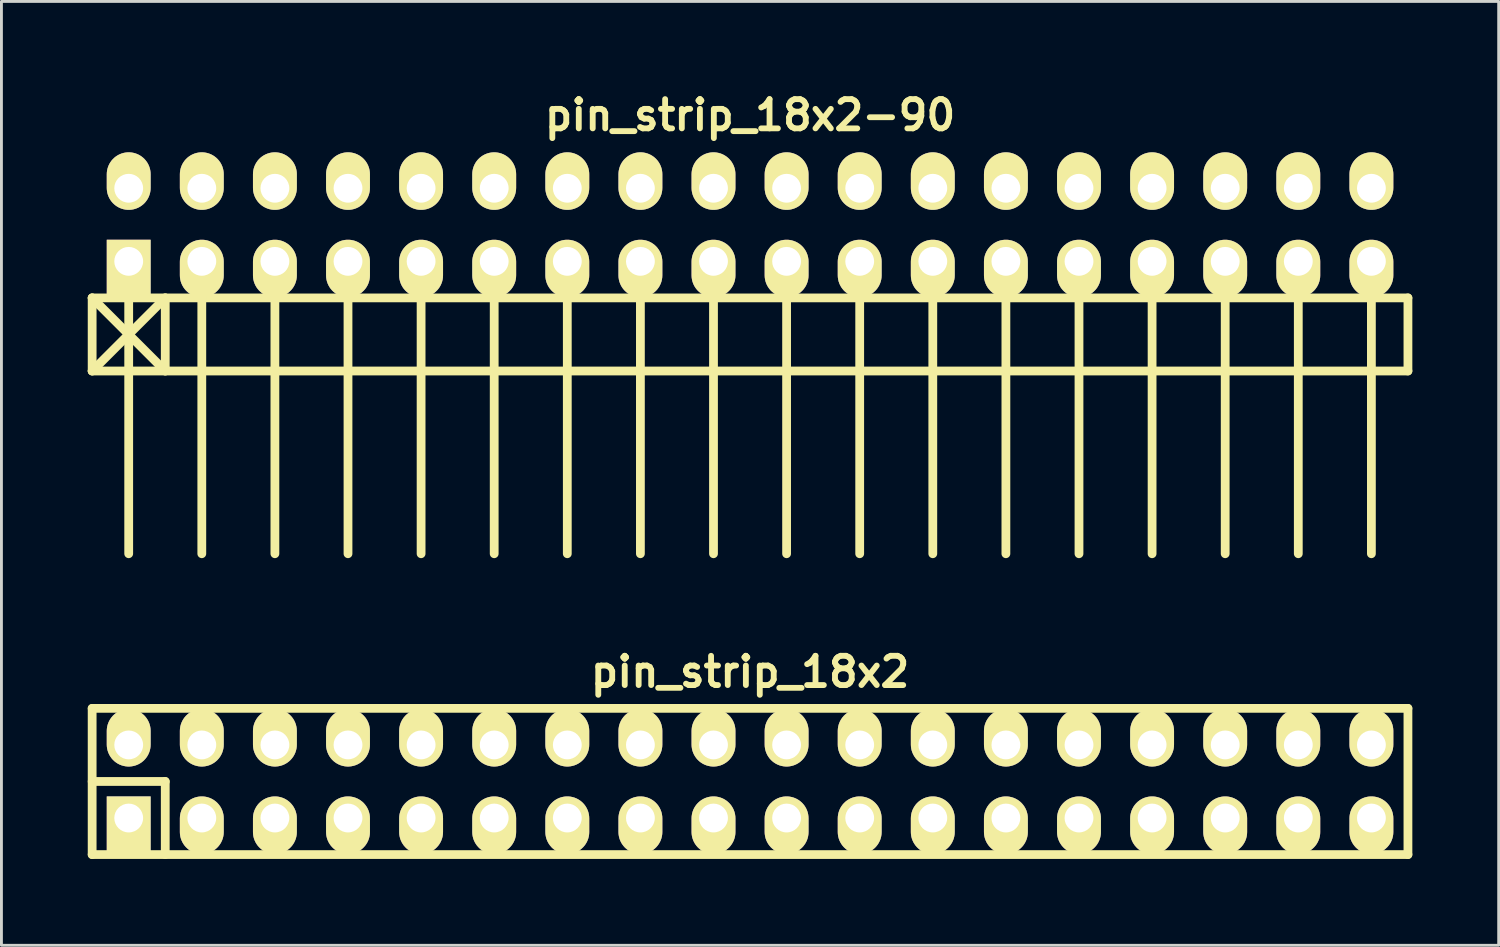
<source format=kicad_pcb>
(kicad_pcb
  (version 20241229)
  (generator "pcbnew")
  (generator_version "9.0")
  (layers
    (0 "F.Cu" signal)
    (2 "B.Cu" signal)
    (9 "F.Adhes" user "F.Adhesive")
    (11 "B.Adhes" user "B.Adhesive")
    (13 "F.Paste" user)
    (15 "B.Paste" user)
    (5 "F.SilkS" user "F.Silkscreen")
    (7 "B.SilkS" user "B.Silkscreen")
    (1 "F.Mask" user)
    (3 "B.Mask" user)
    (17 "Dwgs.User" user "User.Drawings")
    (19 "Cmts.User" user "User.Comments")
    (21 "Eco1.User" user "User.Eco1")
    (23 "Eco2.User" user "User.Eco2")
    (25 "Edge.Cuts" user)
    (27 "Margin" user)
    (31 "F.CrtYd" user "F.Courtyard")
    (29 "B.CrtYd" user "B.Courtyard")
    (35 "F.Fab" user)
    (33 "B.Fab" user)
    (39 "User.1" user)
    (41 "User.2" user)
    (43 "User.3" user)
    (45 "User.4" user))
  (footprint "pin_strip_18x2"
    (layer "F.Cu")
    (at 23.012 24.104)
    (property "Reference" "pin_strip_18x2" (at 0 -3.81 0) (layer "F.SilkS") (effects (font (size 1.016 1.016) (thickness 0.203))))
    (attr through_hole)
    (fp_line (start -22.86 -2.54) (end -22.86 2.54) (stroke (width 0.305) (type solid)) (layer "F.SilkS"))
    (fp_line (start -22.86 0) (end -20.32 0) (stroke (width 0.305) (type solid)) (layer "F.SilkS"))
    (fp_line (start -22.86 2.54) (end 22.86 2.54) (stroke (width 0.305) (type solid)) (layer "F.SilkS"))
    (fp_line (start -20.32 0) (end -20.32 2.54) (stroke (width 0.305) (type solid)) (layer "F.SilkS"))
    (fp_line (start 22.86 -2.54) (end -22.86 -2.54) (stroke (width 0.305) (type solid)) (layer "F.SilkS"))
    (fp_line (start 22.86 2.54) (end 22.86 -2.54) (stroke (width 0.305) (type solid)) (layer "F.SilkS"))
    (pad "1" thru_hole rect (at -21.59 1.27) (size 1.524 1.999) (drill 1.001 (offset 0 0.249)) (layers "*.Cu" "*.Mask" "F.SilkS"))
    (pad "2" thru_hole oval (at -21.59 -1.27) (size 1.524 1.999) (drill 1.001 (offset 0 -0.249)) (layers "*.Cu" "*.Mask" "F.SilkS"))
    (pad "3" thru_hole oval (at -19.05 1.27) (size 1.524 1.999) (drill 1.001 (offset 0 0.249)) (layers "*.Cu" "*.Mask" "F.SilkS"))
    (pad "4" thru_hole oval (at -19.05 -1.27) (size 1.524 1.999) (drill 1.001 (offset 0 -0.249)) (layers "*.Cu" "*.Mask" "F.SilkS"))
    (pad "5" thru_hole oval (at -16.51 1.27) (size 1.524 1.999) (drill 1.001 (offset 0 0.249)) (layers "*.Cu" "*.Mask" "F.SilkS"))
    (pad "6" thru_hole oval (at -16.51 -1.27) (size 1.524 1.999) (drill 1.001 (offset 0 -0.249)) (layers "*.Cu" "*.Mask" "F.SilkS"))
    (pad "7" thru_hole oval (at -13.97 1.27) (size 1.524 1.999) (drill 1.001 (offset 0 0.249)) (layers "*.Cu" "*.Mask" "F.SilkS"))
    (pad "8" thru_hole oval (at -13.97 -1.27) (size 1.524 1.999) (drill 1.001 (offset 0 -0.249)) (layers "*.Cu" "*.Mask" "F.SilkS"))
    (pad "9" thru_hole oval (at -11.43 1.27) (size 1.524 1.999) (drill 1.001 (offset 0 0.249)) (layers "*.Cu" "*.Mask" "F.SilkS"))
    (pad "10" thru_hole oval (at -11.43 -1.27) (size 1.524 1.999) (drill 1.001 (offset 0 -0.249)) (layers "*.Cu" "*.Mask" "F.SilkS"))
    (pad "11" thru_hole oval (at -8.89 1.27) (size 1.524 1.999) (drill 1.001 (offset 0 0.249)) (layers "*.Cu" "*.Mask" "F.SilkS"))
    (pad "12" thru_hole oval (at -8.89 -1.27) (size 1.524 1.999) (drill 1.001 (offset 0 -0.249)) (layers "*.Cu" "*.Mask" "F.SilkS"))
    (pad "13" thru_hole oval (at -6.35 1.27) (size 1.524 1.999) (drill 1.001 (offset 0 0.249)) (layers "*.Cu" "*.Mask" "F.SilkS"))
    (pad "14" thru_hole oval (at -6.35 -1.27) (size 1.524 1.999) (drill 1.001 (offset 0 -0.249)) (layers "*.Cu" "*.Mask" "F.SilkS"))
    (pad "15" thru_hole oval (at -3.81 1.27) (size 1.524 1.999) (drill 1.001 (offset 0 0.249)) (layers "*.Cu" "*.Mask" "F.SilkS"))
    (pad "16" thru_hole oval (at -3.81 -1.27) (size 1.524 1.999) (drill 1.001 (offset 0 -0.249)) (layers "*.Cu" "*.Mask" "F.SilkS"))
    (pad "17" thru_hole oval (at -1.27 1.27) (size 1.524 1.999) (drill 1.001 (offset 0 0.249)) (layers "*.Cu" "*.Mask" "F.SilkS"))
    (pad "18" thru_hole oval (at -1.27 -1.27) (size 1.524 1.999) (drill 1.001 (offset 0 -0.249)) (layers "*.Cu" "*.Mask" "F.SilkS"))
    (pad "19" thru_hole oval (at 1.27 1.27) (size 1.524 1.999) (drill 1.001 (offset 0 0.249)) (layers "*.Cu" "*.Mask" "F.SilkS"))
    (pad "20" thru_hole oval (at 1.27 -1.27) (size 1.524 1.999) (drill 1.001 (offset 0 -0.249)) (layers "*.Cu" "*.Mask" "F.SilkS"))
    (pad "21" thru_hole oval (at 3.81 1.27) (size 1.524 1.999) (drill 1.001 (offset 0 0.249)) (layers "*.Cu" "*.Mask" "F.SilkS"))
    (pad "22" thru_hole oval (at 3.81 -1.27) (size 1.524 1.999) (drill 1.001 (offset 0 -0.249)) (layers "*.Cu" "*.Mask" "F.SilkS"))
    (pad "23" thru_hole oval (at 6.35 1.27) (size 1.524 1.999) (drill 1.001 (offset 0 0.249)) (layers "*.Cu" "*.Mask" "F.SilkS"))
    (pad "24" thru_hole oval (at 6.35 -1.27) (size 1.524 1.999) (drill 1.001 (offset 0 -0.249)) (layers "*.Cu" "*.Mask" "F.SilkS"))
    (pad "25" thru_hole oval (at 8.89 1.27) (size 1.524 1.999) (drill 1.001 (offset 0 0.249)) (layers "*.Cu" "*.Mask" "F.SilkS"))
    (pad "26" thru_hole oval (at 8.89 -1.27) (size 1.524 1.999) (drill 1.001 (offset 0 -0.249)) (layers "*.Cu" "*.Mask" "F.SilkS"))
    (pad "27" thru_hole oval (at 11.43 1.27) (size 1.524 1.999) (drill 1.001 (offset 0 0.249)) (layers "*.Cu" "*.Mask" "F.SilkS"))
    (pad "28" thru_hole oval (at 11.43 -1.27) (size 1.524 1.999) (drill 1.001 (offset 0 -0.249)) (layers "*.Cu" "*.Mask" "F.SilkS"))
    (pad "29" thru_hole oval (at 13.97 1.27) (size 1.524 1.999) (drill 1.001 (offset 0 0.249)) (layers "*.Cu" "*.Mask" "F.SilkS"))
    (pad "30" thru_hole oval (at 13.97 -1.27) (size 1.524 1.999) (drill 1.001 (offset 0 -0.249)) (layers "*.Cu" "*.Mask" "F.SilkS"))
    (pad "31" thru_hole oval (at 16.51 1.27) (size 1.524 1.999) (drill 1.001 (offset 0 0.249)) (layers "*.Cu" "*.Mask" "F.SilkS"))
    (pad "32" thru_hole oval (at 16.51 -1.27) (size 1.524 1.999) (drill 1.001 (offset 0 -0.249)) (layers "*.Cu" "*.Mask" "F.SilkS"))
    (pad "33" thru_hole oval (at 19.05 1.27) (size 1.524 1.999) (drill 1.001 (offset 0 0.249)) (layers "*.Cu" "*.Mask" "F.SilkS"))
    (pad "34" thru_hole oval (at 19.05 -1.27) (size 1.524 1.999) (drill 1.001 (offset 0 -0.249)) (layers "*.Cu" "*.Mask" "F.SilkS"))
    (pad "35" thru_hole oval (at 21.59 1.27) (size 1.524 1.999) (drill 1.001 (offset 0 0.249)) (layers "*.Cu" "*.Mask" "F.SilkS"))
    (pad "36" thru_hole oval (at 21.59 -1.27) (size 1.524 1.999) (drill 1.001 (offset 0 -0.249)) (layers "*.Cu" "*.Mask" "F.SilkS")))
  (footprint "pin_strip_18x2-90"
    (layer "F.Cu")
    (at 23.012 4.761)
    (property "Reference" "pin_strip_18x2-90" (at 0 -3.81 0) (layer "F.SilkS") (effects (font (size 1.016 1.016) (thickness 0.203))))
    (attr through_hole)
    (fp_line (start -22.86 2.54) (end -20.32 5.08) (stroke (width 0.305) (type solid)) (layer "F.SilkS"))
    (fp_line (start -22.86 2.54) (end 22.86 2.54) (stroke (width 0.305) (type solid)) (layer "F.SilkS"))
    (fp_line (start -22.86 5.08) (end -22.86 2.54) (stroke (width 0.305) (type solid)) (layer "F.SilkS"))
    (fp_line (start -21.59 1.27) (end -21.59 11.43) (stroke (width 0.305) (type solid)) (layer "F.SilkS"))
    (fp_line (start -20.32 2.54) (end -22.86 5.08) (stroke (width 0.305) (type solid)) (layer "F.SilkS"))
    (fp_line (start -20.32 5.08) (end -20.32 2.54) (stroke (width 0.305) (type solid)) (layer "F.SilkS"))
    (fp_line (start -19.05 1.27) (end -19.05 11.43) (stroke (width 0.305) (type solid)) (layer "F.SilkS"))
    (fp_line (start -16.51 11.43) (end -16.51 1.27) (stroke (width 0.305) (type solid)) (layer "F.SilkS"))
    (fp_line (start -13.97 1.27) (end -13.97 11.43) (stroke (width 0.305) (type solid)) (layer "F.SilkS"))
    (fp_line (start -11.43 1.27) (end -11.43 11.43) (stroke (width 0.305) (type solid)) (layer "F.SilkS"))
    (fp_line (start -8.89 1.27) (end -8.89 11.43) (stroke (width 0.305) (type solid)) (layer "F.SilkS"))
    (fp_line (start -6.35 1.27) (end -6.35 11.43) (stroke (width 0.305) (type solid)) (layer "F.SilkS"))
    (fp_line (start -3.81 1.27) (end -3.81 11.43) (stroke (width 0.305) (type solid)) (layer "F.SilkS"))
    (fp_line (start -1.27 1.27) (end -1.27 11.43) (stroke (width 0.305) (type solid)) (layer "F.SilkS"))
    (fp_line (start 1.27 1.27) (end 1.27 11.43) (stroke (width 0.305) (type solid)) (layer "F.SilkS"))
    (fp_line (start 3.81 1.27) (end 3.81 11.43) (stroke (width 0.305) (type solid)) (layer "F.SilkS"))
    (fp_line (start 6.35 1.27) (end 6.35 11.43) (stroke (width 0.305) (type solid)) (layer "F.SilkS"))
    (fp_line (start 8.89 11.43) (end 8.89 1.27) (stroke (width 0.305) (type solid)) (layer "F.SilkS"))
    (fp_line (start 11.43 1.27) (end 11.43 11.43) (stroke (width 0.305) (type solid)) (layer "F.SilkS"))
    (fp_line (start 13.97 1.27) (end 13.97 11.43) (stroke (width 0.305) (type solid)) (layer "F.SilkS"))
    (fp_line (start 16.51 1.27) (end 16.51 11.43) (stroke (width 0.305) (type solid)) (layer "F.SilkS"))
    (fp_line (start 19.05 1.27) (end 19.05 11.43) (stroke (width 0.305) (type solid)) (layer "F.SilkS"))
    (fp_line (start 21.59 1.27) (end 21.59 11.43) (stroke (width 0.305) (type solid)) (layer "F.SilkS"))
    (fp_line (start 22.86 2.54) (end 22.86 5.08) (stroke (width 0.305) (type solid)) (layer "F.SilkS"))
    (fp_line (start 22.86 5.08) (end -22.86 5.08) (stroke (width 0.305) (type solid)) (layer "F.SilkS"))
    (pad "1" thru_hole rect (at -21.59 1.27) (size 1.524 1.999) (drill 1.001 (offset 0 0.249)) (layers "*.Cu" "*.Mask" "F.SilkS"))
    (pad "2" thru_hole oval (at -21.59 -1.27) (size 1.524 1.999) (drill 1.001 (offset 0 -0.249)) (layers "*.Cu" "*.Mask" "F.SilkS"))
    (pad "3" thru_hole oval (at -19.05 1.27) (size 1.524 1.999) (drill 1.001 (offset 0 0.249)) (layers "*.Cu" "*.Mask" "F.SilkS"))
    (pad "4" thru_hole oval (at -19.05 -1.27) (size 1.524 1.999) (drill 1.001 (offset 0 -0.249)) (layers "*.Cu" "*.Mask" "F.SilkS"))
    (pad "5" thru_hole oval (at -16.51 1.27) (size 1.524 1.999) (drill 1.001 (offset 0 0.249)) (layers "*.Cu" "*.Mask" "F.SilkS"))
    (pad "6" thru_hole oval (at -16.51 -1.27) (size 1.524 1.999) (drill 1.001 (offset 0 -0.249)) (layers "*.Cu" "*.Mask" "F.SilkS"))
    (pad "7" thru_hole oval (at -13.97 1.27) (size 1.524 1.999) (drill 1.001 (offset 0 0.249)) (layers "*.Cu" "*.Mask" "F.SilkS"))
    (pad "8" thru_hole oval (at -13.97 -1.27) (size 1.524 1.999) (drill 1.001 (offset 0 -0.249)) (layers "*.Cu" "*.Mask" "F.SilkS"))
    (pad "9" thru_hole oval (at -11.43 1.27) (size 1.524 1.999) (drill 1.001 (offset 0 0.249)) (layers "*.Cu" "*.Mask" "F.SilkS"))
    (pad "10" thru_hole oval (at -11.43 -1.27) (size 1.524 1.999) (drill 1.001 (offset 0 -0.249)) (layers "*.Cu" "*.Mask" "F.SilkS"))
    (pad "11" thru_hole oval (at -8.89 1.27) (size 1.524 1.999) (drill 1.001 (offset 0 0.249)) (layers "*.Cu" "*.Mask" "F.SilkS"))
    (pad "12" thru_hole oval (at -8.89 -1.27) (size 1.524 1.999) (drill 1.001 (offset 0 -0.249)) (layers "*.Cu" "*.Mask" "F.SilkS"))
    (pad "13" thru_hole oval (at -6.35 1.27) (size 1.524 1.999) (drill 1.001 (offset 0 0.249)) (layers "*.Cu" "*.Mask" "F.SilkS"))
    (pad "14" thru_hole oval (at -6.35 -1.27) (size 1.524 1.999) (drill 1.001 (offset 0 -0.249)) (layers "*.Cu" "*.Mask" "F.SilkS"))
    (pad "15" thru_hole oval (at -3.81 1.27) (size 1.524 1.999) (drill 1.001 (offset 0 0.249)) (layers "*.Cu" "*.Mask" "F.SilkS"))
    (pad "16" thru_hole oval (at -3.81 -1.27) (size 1.524 1.999) (drill 1.001 (offset 0 -0.249)) (layers "*.Cu" "*.Mask" "F.SilkS"))
    (pad "17" thru_hole oval (at -1.27 1.27) (size 1.524 1.999) (drill 1.001 (offset 0 0.249)) (layers "*.Cu" "*.Mask" "F.SilkS"))
    (pad "18" thru_hole oval (at -1.27 -1.27) (size 1.524 1.999) (drill 1.001 (offset 0 -0.249)) (layers "*.Cu" "*.Mask" "F.SilkS"))
    (pad "19" thru_hole oval (at 1.27 1.27) (size 1.524 1.999) (drill 1.001 (offset 0 0.249)) (layers "*.Cu" "*.Mask" "F.SilkS"))
    (pad "20" thru_hole oval (at 1.27 -1.27) (size 1.524 1.999) (drill 1.001 (offset 0 -0.249)) (layers "*.Cu" "*.Mask" "F.SilkS"))
    (pad "21" thru_hole oval (at 3.81 1.27) (size 1.524 1.999) (drill 1.001 (offset 0 0.249)) (layers "*.Cu" "*.Mask" "F.SilkS"))
    (pad "22" thru_hole oval (at 3.81 -1.27) (size 1.524 1.999) (drill 1.001 (offset 0 -0.249)) (layers "*.Cu" "*.Mask" "F.SilkS"))
    (pad "23" thru_hole oval (at 6.35 1.27) (size 1.524 1.999) (drill 1.001 (offset 0 0.249)) (layers "*.Cu" "*.Mask" "F.SilkS"))
    (pad "24" thru_hole oval (at 6.35 -1.27) (size 1.524 1.999) (drill 1.001 (offset 0 -0.249)) (layers "*.Cu" "*.Mask" "F.SilkS"))
    (pad "25" thru_hole oval (at 8.89 1.27) (size 1.524 1.999) (drill 1.001 (offset 0 0.249)) (layers "*.Cu" "*.Mask" "F.SilkS"))
    (pad "26" thru_hole oval (at 8.89 -1.27) (size 1.524 1.999) (drill 1.001 (offset 0 -0.249)) (layers "*.Cu" "*.Mask" "F.SilkS"))
    (pad "27" thru_hole oval (at 11.43 1.27) (size 1.524 1.999) (drill 1.001 (offset 0 0.249)) (layers "*.Cu" "*.Mask" "F.SilkS"))
    (pad "28" thru_hole oval (at 11.43 -1.27) (size 1.524 1.999) (drill 1.001 (offset 0 -0.249)) (layers "*.Cu" "*.Mask" "F.SilkS"))
    (pad "29" thru_hole oval (at 13.97 1.27) (size 1.524 1.999) (drill 1.001 (offset 0 0.249)) (layers "*.Cu" "*.Mask" "F.SilkS"))
    (pad "30" thru_hole oval (at 13.97 -1.27) (size 1.524 1.999) (drill 1.001 (offset 0 -0.249)) (layers "*.Cu" "*.Mask" "F.SilkS"))
    (pad "31" thru_hole oval (at 16.51 1.27) (size 1.524 1.999) (drill 1.001 (offset 0 0.249)) (layers "*.Cu" "*.Mask" "F.SilkS"))
    (pad "32" thru_hole oval (at 16.51 -1.27) (size 1.524 1.999) (drill 1.001 (offset 0 -0.249)) (layers "*.Cu" "*.Mask" "F.SilkS"))
    (pad "33" thru_hole oval (at 19.05 1.27) (size 1.524 1.999) (drill 1.001 (offset 0 0.249)) (layers "*.Cu" "*.Mask" "F.SilkS"))
    (pad "34" thru_hole oval (at 19.05 -1.27) (size 1.524 1.999) (drill 1.001 (offset 0 -0.249)) (layers "*.Cu" "*.Mask" "F.SilkS"))
    (pad "35" thru_hole oval (at 21.59 1.27) (size 1.524 1.999) (drill 1.001 (offset 0 0.249)) (layers "*.Cu" "*.Mask" "F.SilkS"))
    (pad "36" thru_hole oval (at 21.59 -1.27) (size 1.524 1.999) (drill 1.001 (offset 0 -0.249)) (layers "*.Cu" "*.Mask" "F.SilkS")))
  (gr_rect
    (start -3 -3)
    (end 49.025 29.797)
    (stroke (width 0.1) (type default))
    (fill no)
    (layer "Edge.Cuts")))
</source>
